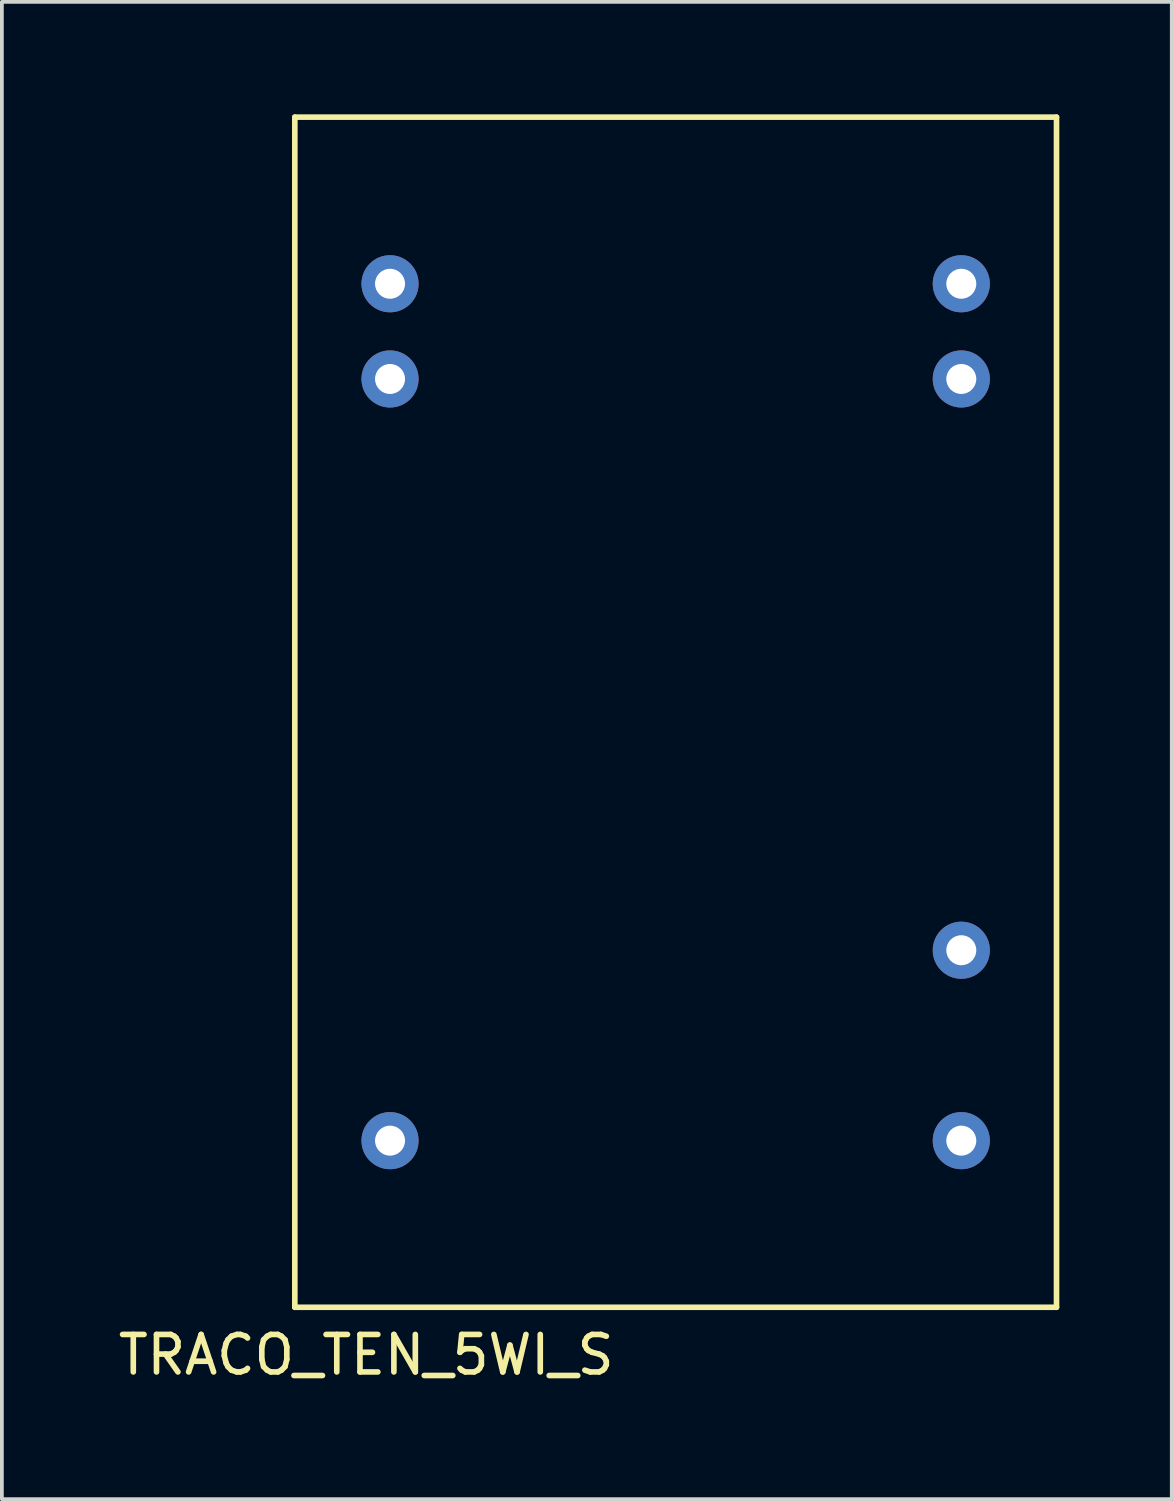
<source format=kicad_pcb>
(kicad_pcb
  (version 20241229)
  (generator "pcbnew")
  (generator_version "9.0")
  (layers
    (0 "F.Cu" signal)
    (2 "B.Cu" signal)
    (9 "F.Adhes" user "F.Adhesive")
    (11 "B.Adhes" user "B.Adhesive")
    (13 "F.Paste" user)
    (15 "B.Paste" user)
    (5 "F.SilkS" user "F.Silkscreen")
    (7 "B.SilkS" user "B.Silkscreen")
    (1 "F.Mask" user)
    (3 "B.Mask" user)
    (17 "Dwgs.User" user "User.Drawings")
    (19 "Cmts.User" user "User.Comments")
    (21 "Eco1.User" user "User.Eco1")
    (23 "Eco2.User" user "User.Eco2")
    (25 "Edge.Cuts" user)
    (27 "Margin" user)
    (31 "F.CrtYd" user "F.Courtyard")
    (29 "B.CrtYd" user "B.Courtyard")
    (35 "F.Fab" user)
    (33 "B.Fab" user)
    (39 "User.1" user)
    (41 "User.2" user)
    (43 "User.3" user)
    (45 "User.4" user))
  (footprint "TRACO_TEN_5WI_S"
    (layer "F.Cu")
    (at 14.975 15.95)
    (property "Reference" "TRACO_TEN_5WI_S" (at -8.255 17.145 0) (layer "F.SilkS") (effects (font (size 1 1) (thickness 0.15))))
    (attr through_hole)
    (fp_line (start -10.16 -15.875) (end -10.16 15.875) (stroke (width 0.15) (type solid)) (layer "F.SilkS"))
    (fp_line (start -10.16 -15.875) (end 10.16 -15.875) (stroke (width 0.15) (type solid)) (layer "F.SilkS"))
    (fp_line (start -10.16 15.875) (end 10.16 15.875) (stroke (width 0.15) (type solid)) (layer "F.SilkS"))
    (fp_line (start 10.16 15.875) (end 10.16 -15.875) (stroke (width 0.15) (type solid)) (layer "F.SilkS"))
    (pad "2" thru_hole circle (at -7.62 -11.43) (size 1.524 1.524) (drill 0.8) (layers "*.Cu" "*.Mask"))
    (pad "3" thru_hole circle (at -7.62 -8.89) (size 1.524 1.524) (drill 0.8) (layers "*.Cu" "*.Mask"))
    (pad "11" thru_hole circle (at -7.62 11.43) (size 1.524 1.524) (drill 0.8) (layers "*.Cu" "*.Mask"))
    (pad "14" thru_hole circle (at 7.62 11.43) (size 1.524 1.524) (drill 0.8) (layers "*.Cu" "*.Mask"))
    (pad "16" thru_hole circle (at 7.62 6.35) (size 1.524 1.524) (drill 0.8) (layers "*.Cu" "*.Mask"))
    (pad "22" thru_hole circle (at 7.62 -8.89) (size 1.524 1.524) (drill 0.8) (layers "*.Cu" "*.Mask"))
    (pad "23" thru_hole circle (at 7.62 -11.43) (size 1.524 1.524) (drill 0.8) (layers "*.Cu" "*.Mask")))
  (gr_rect
    (start -3 -3)
    (end 28.21 36.943)
    (stroke (width 0.1) (type default))
    (fill no)
    (layer "Edge.Cuts")))
</source>
